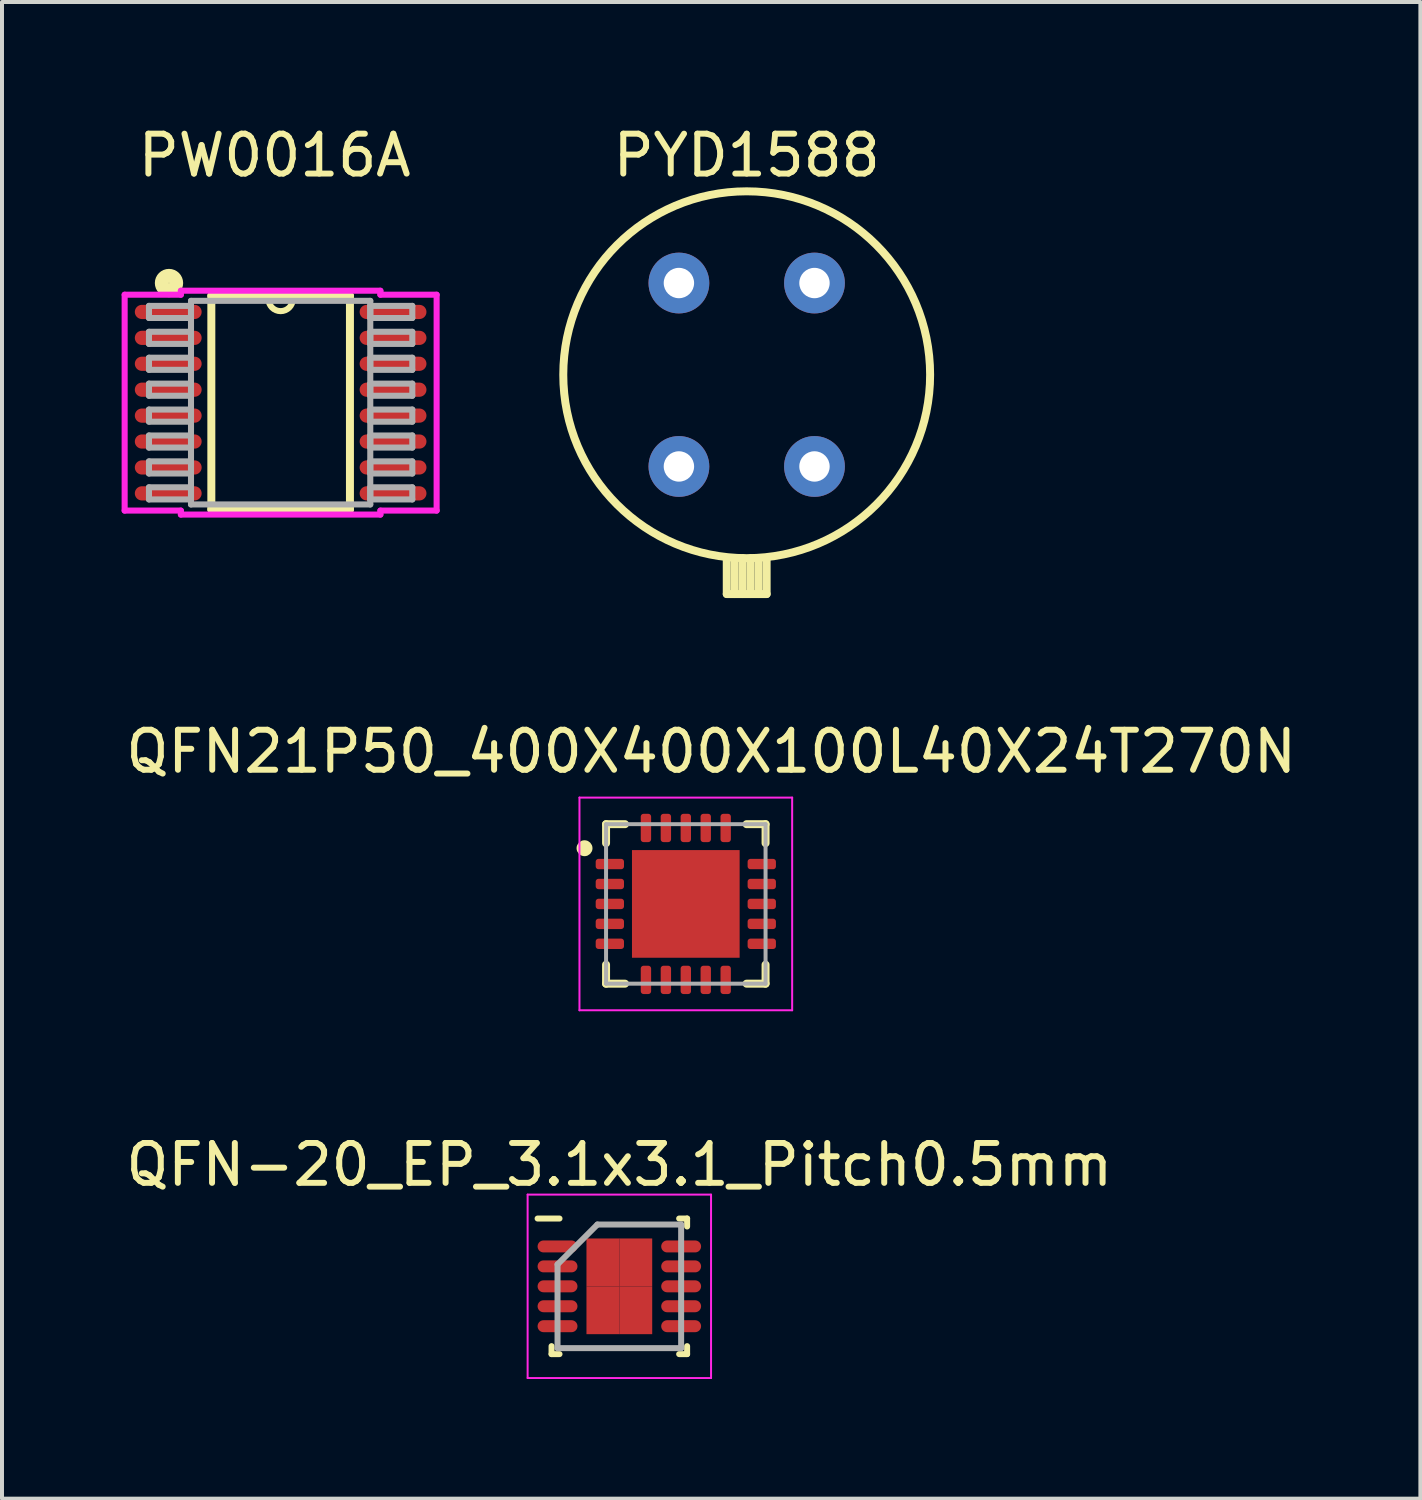
<source format=kicad_pcb>
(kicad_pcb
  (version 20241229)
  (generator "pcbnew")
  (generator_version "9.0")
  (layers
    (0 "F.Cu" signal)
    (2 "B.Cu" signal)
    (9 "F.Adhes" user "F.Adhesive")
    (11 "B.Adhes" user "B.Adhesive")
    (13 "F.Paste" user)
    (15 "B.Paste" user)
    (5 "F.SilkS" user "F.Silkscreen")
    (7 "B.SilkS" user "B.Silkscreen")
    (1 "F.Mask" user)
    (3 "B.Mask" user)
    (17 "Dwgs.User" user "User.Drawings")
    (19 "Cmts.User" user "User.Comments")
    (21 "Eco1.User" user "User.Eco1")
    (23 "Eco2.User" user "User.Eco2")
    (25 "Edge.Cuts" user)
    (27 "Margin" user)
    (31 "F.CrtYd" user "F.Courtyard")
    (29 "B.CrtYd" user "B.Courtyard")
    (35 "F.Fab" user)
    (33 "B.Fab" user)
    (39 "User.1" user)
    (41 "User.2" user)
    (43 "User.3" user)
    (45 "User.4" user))
  (footprint "PW0016A"
    (layer "F.Cu")
    (at 3.988 7.048)
    (property "Reference" "PW0016A" (at -0.15 -6.2 0) (layer "F.SilkS") (effects (font (size 1 1) (thickness 0.15))))
    (attr through_hole)
    (fp_line (start -1.738 -2.68) (end -1.738 2.68) (stroke (width 0.2) (type solid)) (layer "F.SilkS"))
    (fp_line (start -1.738 2.68) (end 1.738 2.68) (stroke (width 0.2) (type solid)) (layer "F.SilkS"))
    (fp_line (start 1.738 -2.68) (end -1.738 -2.68) (stroke (width 0.2) (type solid)) (layer "F.SilkS"))
    (fp_line (start 1.738 -2.68) (end 1.738 2.68) (stroke (width 0.2) (type solid)) (layer "F.SilkS"))
    (fp_arc (start 0.3048 -2.6) (mid 0 -2.2952) (end -0.3048 -2.6) (stroke (width 0.1524) (type solid)) (layer "F.SilkS"))
    (fp_circle (center -2.8 -3) (end -2.62 -3) (stroke (width 0.35) (type solid)) (fill no) (layer "F.SilkS"))
    (fp_line (start -3.912 -2.707) (end -2.502 -2.707) (stroke (width 0.152) (type solid)) (layer "F.CrtYd"))
    (fp_line (start -3.912 2.707) (end -3.912 -2.707) (stroke (width 0.152) (type solid)) (layer "F.CrtYd"))
    (fp_line (start -2.502 -2.807) (end 2.502 -2.807) (stroke (width 0.152) (type solid)) (layer "F.CrtYd"))
    (fp_line (start -2.502 -2.707) (end -2.502 -2.807) (stroke (width 0.152) (type solid)) (layer "F.CrtYd"))
    (fp_line (start -2.502 2.707) (end -3.912 2.707) (stroke (width 0.152) (type solid)) (layer "F.CrtYd"))
    (fp_line (start -2.502 2.807) (end -2.502 2.707) (stroke (width 0.152) (type solid)) (layer "F.CrtYd"))
    (fp_line (start 2.502 -2.807) (end 2.502 -2.707) (stroke (width 0.152) (type solid)) (layer "F.CrtYd"))
    (fp_line (start 2.502 -2.707) (end 3.912 -2.707) (stroke (width 0.152) (type solid)) (layer "F.CrtYd"))
    (fp_line (start 2.502 2.707) (end 2.502 2.807) (stroke (width 0.152) (type solid)) (layer "F.CrtYd"))
    (fp_line (start 2.502 2.807) (end -2.502 2.807) (stroke (width 0.152) (type solid)) (layer "F.CrtYd"))
    (fp_line (start 3.912 -2.707) (end 3.912 2.707) (stroke (width 0.152) (type solid)) (layer "F.CrtYd"))
    (fp_line (start 3.912 2.707) (end 2.502 2.707) (stroke (width 0.152) (type solid)) (layer "F.CrtYd"))
    (fp_line (start -3.302 -2.427) (end -3.302 -2.123) (stroke (width 0.152) (type solid)) (layer "F.Fab"))
    (fp_line (start -3.302 -2.123) (end -2.248 -2.123) (stroke (width 0.152) (type solid)) (layer "F.Fab"))
    (fp_line (start -3.302 -1.777) (end -3.302 -1.473) (stroke (width 0.152) (type solid)) (layer "F.Fab"))
    (fp_line (start -3.302 -1.473) (end -2.248 -1.473) (stroke (width 0.152) (type solid)) (layer "F.Fab"))
    (fp_line (start -3.302 -1.127) (end -3.302 -0.823) (stroke (width 0.152) (type solid)) (layer "F.Fab"))
    (fp_line (start -3.302 -0.823) (end -2.248 -0.823) (stroke (width 0.152) (type solid)) (layer "F.Fab"))
    (fp_line (start -3.302 -0.477) (end -3.302 -0.173) (stroke (width 0.152) (type solid)) (layer "F.Fab"))
    (fp_line (start -3.302 -0.173) (end -2.248 -0.173) (stroke (width 0.152) (type solid)) (layer "F.Fab"))
    (fp_line (start -3.302 0.173) (end -3.302 0.477) (stroke (width 0.152) (type solid)) (layer "F.Fab"))
    (fp_line (start -3.302 0.477) (end -2.248 0.477) (stroke (width 0.152) (type solid)) (layer "F.Fab"))
    (fp_line (start -3.302 0.823) (end -3.302 1.127) (stroke (width 0.152) (type solid)) (layer "F.Fab"))
    (fp_line (start -3.302 1.127) (end -2.248 1.127) (stroke (width 0.152) (type solid)) (layer "F.Fab"))
    (fp_line (start -3.302 1.473) (end -3.302 1.777) (stroke (width 0.152) (type solid)) (layer "F.Fab"))
    (fp_line (start -3.302 1.777) (end -2.248 1.777) (stroke (width 0.152) (type solid)) (layer "F.Fab"))
    (fp_line (start -3.302 2.123) (end -3.302 2.427) (stroke (width 0.152) (type solid)) (layer "F.Fab"))
    (fp_line (start -3.302 2.427) (end -2.248 2.427) (stroke (width 0.152) (type solid)) (layer "F.Fab"))
    (fp_line (start -2.248 -2.553) (end -2.248 2.553) (stroke (width 0.152) (type solid)) (layer "F.Fab"))
    (fp_line (start -2.248 -2.427) (end -3.302 -2.427) (stroke (width 0.152) (type solid)) (layer "F.Fab"))
    (fp_line (start -2.248 -2.123) (end -2.248 -2.427) (stroke (width 0.152) (type solid)) (layer "F.Fab"))
    (fp_line (start -2.248 -1.777) (end -3.302 -1.777) (stroke (width 0.152) (type solid)) (layer "F.Fab"))
    (fp_line (start -2.248 -1.473) (end -2.248 -1.777) (stroke (width 0.152) (type solid)) (layer "F.Fab"))
    (fp_line (start -2.248 -1.127) (end -3.302 -1.127) (stroke (width 0.152) (type solid)) (layer "F.Fab"))
    (fp_line (start -2.248 -0.823) (end -2.248 -1.127) (stroke (width 0.152) (type solid)) (layer "F.Fab"))
    (fp_line (start -2.248 -0.477) (end -3.302 -0.477) (stroke (width 0.152) (type solid)) (layer "F.Fab"))
    (fp_line (start -2.248 -0.173) (end -2.248 -0.477) (stroke (width 0.152) (type solid)) (layer "F.Fab"))
    (fp_line (start -2.248 0.173) (end -3.302 0.173) (stroke (width 0.152) (type solid)) (layer "F.Fab"))
    (fp_line (start -2.248 0.477) (end -2.248 0.173) (stroke (width 0.152) (type solid)) (layer "F.Fab"))
    (fp_line (start -2.248 0.823) (end -3.302 0.823) (stroke (width 0.152) (type solid)) (layer "F.Fab"))
    (fp_line (start -2.248 1.127) (end -2.248 0.823) (stroke (width 0.152) (type solid)) (layer "F.Fab"))
    (fp_line (start -2.248 1.473) (end -3.302 1.473) (stroke (width 0.152) (type solid)) (layer "F.Fab"))
    (fp_line (start -2.248 1.777) (end -2.248 1.473) (stroke (width 0.152) (type solid)) (layer "F.Fab"))
    (fp_line (start -2.248 2.123) (end -3.302 2.123) (stroke (width 0.152) (type solid)) (layer "F.Fab"))
    (fp_line (start -2.248 2.427) (end -2.248 2.123) (stroke (width 0.152) (type solid)) (layer "F.Fab"))
    (fp_line (start -2.248 2.553) (end 2.248 2.553) (stroke (width 0.152) (type solid)) (layer "F.Fab"))
    (fp_line (start 2.248 -2.553) (end -2.248 -2.553) (stroke (width 0.152) (type solid)) (layer "F.Fab"))
    (fp_line (start 2.248 -2.427) (end 2.248 -2.123) (stroke (width 0.152) (type solid)) (layer "F.Fab"))
    (fp_line (start 2.248 -2.123) (end 3.302 -2.123) (stroke (width 0.152) (type solid)) (layer "F.Fab"))
    (fp_line (start 2.248 -1.777) (end 2.248 -1.473) (stroke (width 0.152) (type solid)) (layer "F.Fab"))
    (fp_line (start 2.248 -1.473) (end 3.302 -1.473) (stroke (width 0.152) (type solid)) (layer "F.Fab"))
    (fp_line (start 2.248 -1.127) (end 2.248 -0.823) (stroke (width 0.152) (type solid)) (layer "F.Fab"))
    (fp_line (start 2.248 -0.823) (end 3.302 -0.823) (stroke (width 0.152) (type solid)) (layer "F.Fab"))
    (fp_line (start 2.248 -0.477) (end 2.248 -0.173) (stroke (width 0.152) (type solid)) (layer "F.Fab"))
    (fp_line (start 2.248 -0.173) (end 3.302 -0.173) (stroke (width 0.152) (type solid)) (layer "F.Fab"))
    (fp_line (start 2.248 0.173) (end 2.248 0.477) (stroke (width 0.152) (type solid)) (layer "F.Fab"))
    (fp_line (start 2.248 0.477) (end 3.302 0.477) (stroke (width 0.152) (type solid)) (layer "F.Fab"))
    (fp_line (start 2.248 0.823) (end 2.248 1.127) (stroke (width 0.152) (type solid)) (layer "F.Fab"))
    (fp_line (start 2.248 1.127) (end 3.302 1.127) (stroke (width 0.152) (type solid)) (layer "F.Fab"))
    (fp_line (start 2.248 1.473) (end 2.248 1.777) (stroke (width 0.152) (type solid)) (layer "F.Fab"))
    (fp_line (start 2.248 1.777) (end 3.302 1.777) (stroke (width 0.152) (type solid)) (layer "F.Fab"))
    (fp_line (start 2.248 2.123) (end 2.248 2.427) (stroke (width 0.152) (type solid)) (layer "F.Fab"))
    (fp_line (start 2.248 2.427) (end 3.302 2.427) (stroke (width 0.152) (type solid)) (layer "F.Fab"))
    (fp_line (start 2.248 2.553) (end 2.248 -2.553) (stroke (width 0.152) (type solid)) (layer "F.Fab"))
    (fp_line (start 3.302 -2.427) (end 2.248 -2.427) (stroke (width 0.152) (type solid)) (layer "F.Fab"))
    (fp_line (start 3.302 -2.123) (end 3.302 -2.427) (stroke (width 0.152) (type solid)) (layer "F.Fab"))
    (fp_line (start 3.302 -1.777) (end 2.248 -1.777) (stroke (width 0.152) (type solid)) (layer "F.Fab"))
    (fp_line (start 3.302 -1.473) (end 3.302 -1.777) (stroke (width 0.152) (type solid)) (layer "F.Fab"))
    (fp_line (start 3.302 -1.127) (end 2.248 -1.127) (stroke (width 0.152) (type solid)) (layer "F.Fab"))
    (fp_line (start 3.302 -0.823) (end 3.302 -1.127) (stroke (width 0.152) (type solid)) (layer "F.Fab"))
    (fp_line (start 3.302 -0.477) (end 2.248 -0.477) (stroke (width 0.152) (type solid)) (layer "F.Fab"))
    (fp_line (start 3.302 -0.173) (end 3.302 -0.477) (stroke (width 0.152) (type solid)) (layer "F.Fab"))
    (fp_line (start 3.302 0.173) (end 2.248 0.173) (stroke (width 0.152) (type solid)) (layer "F.Fab"))
    (fp_line (start 3.302 0.477) (end 3.302 0.173) (stroke (width 0.152) (type solid)) (layer "F.Fab"))
    (fp_line (start 3.302 0.823) (end 2.248 0.823) (stroke (width 0.152) (type solid)) (layer "F.Fab"))
    (fp_line (start 3.302 1.127) (end 3.302 0.823) (stroke (width 0.152) (type solid)) (layer "F.Fab"))
    (fp_line (start 3.302 1.473) (end 2.248 1.473) (stroke (width 0.152) (type solid)) (layer "F.Fab"))
    (fp_line (start 3.302 1.777) (end 3.302 1.473) (stroke (width 0.152) (type solid)) (layer "F.Fab"))
    (fp_line (start 3.302 2.123) (end 2.248 2.123) (stroke (width 0.152) (type solid)) (layer "F.Fab"))
    (fp_line (start 3.302 2.427) (end 3.302 2.123) (stroke (width 0.152) (type solid)) (layer "F.Fab"))
    (pad "1" smd oval (at -2.819 -2.275) (size 1.676 0.356) (layers "F.Cu" "F.Mask" "F.Paste"))
    (pad "2" smd oval (at -2.819 -1.625) (size 1.676 0.356) (layers "F.Cu" "F.Mask" "F.Paste"))
    (pad "3" smd oval (at -2.819 -0.975) (size 1.676 0.356) (layers "F.Cu" "F.Mask" "F.Paste"))
    (pad "4" smd oval (at -2.819 -0.325) (size 1.676 0.356) (layers "F.Cu" "F.Mask" "F.Paste"))
    (pad "5" smd oval (at -2.819 0.325) (size 1.676 0.356) (layers "F.Cu" "F.Mask" "F.Paste"))
    (pad "6" smd oval (at -2.819 0.975) (size 1.676 0.356) (layers "F.Cu" "F.Mask" "F.Paste"))
    (pad "7" smd oval (at -2.819 1.625) (size 1.676 0.356) (layers "F.Cu" "F.Mask" "F.Paste"))
    (pad "8" smd oval (at -2.819 2.275) (size 1.676 0.356) (layers "F.Cu" "F.Mask" "F.Paste"))
    (pad "9" smd oval (at 2.819 2.275) (size 1.676 0.356) (layers "F.Cu" "F.Mask" "F.Paste"))
    (pad "10" smd oval (at 2.819 1.625) (size 1.676 0.356) (layers "F.Cu" "F.Mask" "F.Paste"))
    (pad "11" smd oval (at 2.819 0.975) (size 1.676 0.356) (layers "F.Cu" "F.Mask" "F.Paste"))
    (pad "12" smd oval (at 2.819 0.325) (size 1.676 0.356) (layers "F.Cu" "F.Mask" "F.Paste"))
    (pad "13" smd oval (at 2.819 -0.325) (size 1.676 0.356) (layers "F.Cu" "F.Mask" "F.Paste"))
    (pad "14" smd oval (at 2.819 -0.975) (size 1.676 0.356) (layers "F.Cu" "F.Mask" "F.Paste"))
    (pad "15" smd oval (at 2.819 -1.625) (size 1.676 0.356) (layers "F.Cu" "F.Mask" "F.Paste"))
    (pad "16" smd oval (at 2.819 -2.275) (size 1.676 0.356) (layers "F.Cu" "F.Mask" "F.Paste")))
  (footprint "QFN21P50_400X400X100L40X24T270N"
    (layer "F.Cu")
    (at 14.149 19.619)
    (property "Reference" "QFN21P50_400X400X100L40X24T270N" (at 0.637 -3.821 0) (layer "F.SilkS") (effects (font (size 1.003 1.003) (thickness 0.15))))
    (attr smd)
    (fp_line (start -2 -2) (end -1.524 -2) (stroke (width 0.2) (type solid)) (layer "F.SilkS"))
    (fp_line (start -2 -1.524) (end -2 -2) (stroke (width 0.2) (type solid)) (layer "F.SilkS"))
    (fp_line (start -2 2) (end -2 1.524) (stroke (width 0.2) (type solid)) (layer "F.SilkS"))
    (fp_line (start -2 2) (end -1.524 2) (stroke (width 0.2) (type solid)) (layer "F.SilkS"))
    (fp_line (start 1.524 -2) (end 2 -2) (stroke (width 0.2) (type solid)) (layer "F.SilkS"))
    (fp_line (start 1.524 2) (end 2 2) (stroke (width 0.2) (type solid)) (layer "F.SilkS"))
    (fp_line (start 2 -1.524) (end 2 -2) (stroke (width 0.2) (type solid)) (layer "F.SilkS"))
    (fp_line (start 2 2) (end 2 1.524) (stroke (width 0.2) (type solid)) (layer "F.SilkS"))
    (fp_circle (center -2.54 -1.397) (end -2.44 -1.397) (stroke (width 0.2) (type solid)) (fill no) (layer "F.SilkS"))
    (fp_poly (pts (xy -1.092 0.13) (xy -0.13 0.13) (xy -0.13 1.092) (xy -1.092 1.092)) (stroke (width 0.01) (type solid)) (fill yes) (layer "F.Paste"))
    (fp_poly (pts (xy -1.091 -1.09) (xy -0.13 -1.09) (xy -0.13 -0.13) (xy -1.091 -0.13)) (stroke (width 0.01) (type solid)) (fill yes) (layer "F.Paste"))
    (fp_poly (pts (xy 0.13 0.13) (xy 1.09 0.13) (xy 1.09 1.093) (xy 0.13 1.093)) (stroke (width 0.01) (type solid)) (fill yes) (layer "F.Paste"))
    (fp_poly (pts (xy 0.13 -1.09) (xy 1.09 -1.09) (xy 1.09 -0.13) (xy 0.13 -0.13)) (stroke (width 0.01) (type solid)) (fill yes) (layer "F.Paste"))
    (fp_line (start -2.667 -2.667) (end -2.667 2.667) (stroke (width 0.05) (type solid)) (layer "F.CrtYd"))
    (fp_line (start -2.667 2.667) (end 2.667 2.667) (stroke (width 0.05) (type solid)) (layer "F.CrtYd"))
    (fp_line (start 2.667 -2.667) (end -2.667 -2.667) (stroke (width 0.05) (type solid)) (layer "F.CrtYd"))
    (fp_line (start 2.667 2.667) (end 2.667 -2.667) (stroke (width 0.05) (type solid)) (layer "F.CrtYd"))
    (fp_line (start -2 -2) (end -2 2) (stroke (width 0.1) (type solid)) (layer "F.Fab"))
    (fp_line (start -2 2) (end 2 2) (stroke (width 0.1) (type solid)) (layer "F.Fab"))
    (fp_line (start 2 -2) (end -2 -2) (stroke (width 0.1) (type solid)) (layer "F.Fab"))
    (fp_line (start 2 2) (end 2 -2) (stroke (width 0.1) (type solid)) (layer "F.Fab"))
    (pad "1" smd roundrect (at -1.905 -1) (size 0.71 0.26) (layers "F.Cu" "F.Mask" "F.Paste") (roundrect_rratio 0.27))
    (pad "2" smd roundrect (at -1.905 -0.5) (size 0.71 0.26) (layers "F.Cu" "F.Mask" "F.Paste") (roundrect_rratio 0.27))
    (pad "3" smd roundrect (at -1.905 0) (size 0.71 0.26) (layers "F.Cu" "F.Mask" "F.Paste") (roundrect_rratio 0.27))
    (pad "4" smd roundrect (at -1.905 0.5) (size 0.71 0.26) (layers "F.Cu" "F.Mask" "F.Paste") (roundrect_rratio 0.27))
    (pad "5" smd roundrect (at -1.905 1) (size 0.71 0.26) (layers "F.Cu" "F.Mask" "F.Paste") (roundrect_rratio 0.27))
    (pad "6" smd roundrect (at -1 1.905) (size 0.26 0.71) (layers "F.Cu" "F.Mask" "F.Paste") (roundrect_rratio 0.27))
    (pad "7" smd roundrect (at -0.5 1.905) (size 0.26 0.71) (layers "F.Cu" "F.Mask" "F.Paste") (roundrect_rratio 0.27))
    (pad "8" smd roundrect (at 0 1.905) (size 0.26 0.71) (layers "F.Cu" "F.Mask" "F.Paste") (roundrect_rratio 0.27))
    (pad "9" smd roundrect (at 0.5 1.905) (size 0.26 0.71) (layers "F.Cu" "F.Mask" "F.Paste") (roundrect_rratio 0.27))
    (pad "10" smd roundrect (at 1 1.905) (size 0.26 0.71) (layers "F.Cu" "F.Mask" "F.Paste") (roundrect_rratio 0.27))
    (pad "11" smd roundrect (at 1.905 1) (size 0.71 0.26) (layers "F.Cu" "F.Mask" "F.Paste") (roundrect_rratio 0.27))
    (pad "12" smd roundrect (at 1.905 0.5) (size 0.71 0.26) (layers "F.Cu" "F.Mask" "F.Paste") (roundrect_rratio 0.27))
    (pad "13" smd roundrect (at 1.905 0) (size 0.71 0.26) (layers "F.Cu" "F.Mask" "F.Paste") (roundrect_rratio 0.27))
    (pad "14" smd roundrect (at 1.905 -0.5) (size 0.71 0.26) (layers "F.Cu" "F.Mask" "F.Paste") (roundrect_rratio 0.27))
    (pad "15" smd roundrect (at 1.905 -1) (size 0.71 0.26) (layers "F.Cu" "F.Mask" "F.Paste") (roundrect_rratio 0.27))
    (pad "16" smd roundrect (at 1 -1.905) (size 0.26 0.71) (layers "F.Cu" "F.Mask" "F.Paste") (roundrect_rratio 0.27))
    (pad "17" smd roundrect (at 0.5 -1.905) (size 0.26 0.71) (layers "F.Cu" "F.Mask" "F.Paste") (roundrect_rratio 0.27))
    (pad "18" smd roundrect (at 0 -1.905) (size 0.26 0.71) (layers "F.Cu" "F.Mask" "F.Paste") (roundrect_rratio 0.27))
    (pad "19" smd roundrect (at -0.5 -1.905) (size 0.26 0.71) (layers "F.Cu" "F.Mask" "F.Paste") (roundrect_rratio 0.27))
    (pad "20" smd roundrect (at -1 -1.905) (size 0.26 0.71) (layers "F.Cu" "F.Mask" "F.Paste") (roundrect_rratio 0.27))
    (pad "21" smd rect (at 0 0) (size 2.7 2.7) (layers "F.Cu" "F.Mask")))
  (footprint "PYD1588"
    (layer "F.Cu")
    (at 15.676 6.348)
    (property "Reference" "PYD1588" (at 0 -5.5 0) (layer "F.SilkS") (effects (font (size 1 1) (thickness 0.15))))
    (attr through_hole)
    (fp_line (start -0.5 5.5) (end -0.5 4.6) (stroke (width 0.2) (type solid)) (layer "F.SilkS"))
    (fp_line (start -0.5 5.5) (end 0.5 5.5) (stroke (width 0.2) (type solid)) (layer "F.SilkS"))
    (fp_line (start -0.3 5.5) (end -0.3 4.6) (stroke (width 0.2) (type solid)) (layer "F.SilkS"))
    (fp_line (start -0.1 5.5) (end -0.1 4.6) (stroke (width 0.2) (type solid)) (layer "F.SilkS"))
    (fp_line (start 0.1 5.5) (end 0.1 4.6) (stroke (width 0.2) (type solid)) (layer "F.SilkS"))
    (fp_line (start 0.3 5.5) (end 0.3 4.6) (stroke (width 0.2) (type solid)) (layer "F.SilkS"))
    (fp_line (start 0.5 5.5) (end 0.5 4.6) (stroke (width 0.2) (type solid)) (layer "F.SilkS"))
    (fp_circle (center 0 0) (end 4.6 0) (stroke (width 0.2) (type solid)) (fill no) (layer "F.SilkS"))
    (pad "1" thru_hole circle (at -1.7 2.3) (size 1.524 1.524) (drill 0.762) (layers "*.Cu" "*.Mask"))
    (pad "2" thru_hole circle (at -1.7 -2.3) (size 1.524 1.524) (drill 0.762) (layers "*.Cu" "*.Mask"))
    (pad "3" thru_hole circle (at 1.7 2.3) (size 1.524 1.524) (drill 0.762) (layers "*.Cu" "*.Mask"))
    (pad "4" thru_hole circle (at 1.7 -2.3) (size 1.524 1.524) (drill 0.762) (layers "*.Cu" "*.Mask")))
  (footprint "QFN-20_EP_3.1x3.1_Pitch0.5mm"
    (layer "F.Cu")
    (at 12.482 29.209)
    (property "Reference" "QFN-20_EP_3.1x3.1_Pitch0.5mm" (at 0 -3.05 0) (layer "F.SilkS") (effects (font (size 1 1) (thickness 0.15))))
    (attr smd)
    (fp_line (start -1.7 1.7) (end -1.7 1.5) (stroke (width 0.15) (type solid)) (layer "F.SilkS"))
    (fp_line (start -1.5 -1.7) (end -2.05 -1.7) (stroke (width 0.15) (type solid)) (layer "F.SilkS"))
    (fp_line (start -1.5 1.7) (end -1.7 1.7) (stroke (width 0.15) (type solid)) (layer "F.SilkS"))
    (fp_line (start 1.5 -1.7) (end 1.7 -1.7) (stroke (width 0.15) (type solid)) (layer "F.SilkS"))
    (fp_line (start 1.5 1.7) (end 1.7 1.7) (stroke (width 0.15) (type solid)) (layer "F.SilkS"))
    (fp_line (start 1.7 -1.7) (end 1.7 -1.5) (stroke (width 0.15) (type solid)) (layer "F.SilkS"))
    (fp_line (start 1.7 1.7) (end 1.7 1.5) (stroke (width 0.15) (type solid)) (layer "F.SilkS"))
    (fp_line (start -2.3 -2.3) (end 2.3 -2.3) (stroke (width 0.05) (type solid)) (layer "F.CrtYd"))
    (fp_line (start -2.3 2.3) (end -2.3 -2.3) (stroke (width 0.05) (type solid)) (layer "F.CrtYd"))
    (fp_line (start 2.3 -2.3) (end 2.3 2.3) (stroke (width 0.05) (type solid)) (layer "F.CrtYd"))
    (fp_line (start 2.3 2.3) (end -2.3 2.3) (stroke (width 0.05) (type solid)) (layer "F.CrtYd"))
    (fp_line (start -1.55 -0.55) (end -1.55 1.55) (stroke (width 0.15) (type solid)) (layer "F.Fab"))
    (fp_line (start -1.55 1.55) (end 1.55 1.55) (stroke (width 0.15) (type solid)) (layer "F.Fab"))
    (fp_line (start -0.55 -1.55) (end -1.55 -0.55) (stroke (width 0.15) (type solid)) (layer "F.Fab"))
    (fp_line (start 1.55 -1.55) (end -0.55 -1.55) (stroke (width 0.15) (type solid)) (layer "F.Fab"))
    (fp_line (start 1.55 1.55) (end 1.55 -1.55) (stroke (width 0.15) (type solid)) (layer "F.Fab"))
    (pad "1" smd oval (at -1.55 -1 90) (size 0.3 1) (layers "F.Cu" "F.Mask" "F.Paste"))
    (pad "2" smd oval (at -1.55 -0.5 90) (size 0.3 1) (layers "F.Cu" "F.Mask" "F.Paste"))
    (pad "3" smd oval (at -1.55 0 90) (size 0.3 1) (layers "F.Cu" "F.Mask" "F.Paste"))
    (pad "4" smd oval (at -1.55 0.5 90) (size 0.3 1) (layers "F.Cu" "F.Mask" "F.Paste"))
    (pad "5" smd oval (at -1.55 1 90) (size 0.3 1) (layers "F.Cu" "F.Mask" "F.Paste"))
    (pad "6" smd oval (at 1.55 1 90) (size 0.3 1) (layers "F.Cu" "F.Mask" "F.Paste"))
    (pad "7" smd oval (at 1.55 0.5 90) (size 0.3 1) (layers "F.Cu" "F.Mask" "F.Paste"))
    (pad "8" smd oval (at 1.55 0 90) (size 0.3 1) (layers "F.Cu" "F.Mask" "F.Paste"))
    (pad "9" smd oval (at 1.55 -0.5 90) (size 0.3 1) (layers "F.Cu" "F.Mask" "F.Paste"))
    (pad "10" smd oval (at 1.55 -1 90) (size 0.3 1) (layers "F.Cu" "F.Mask" "F.Paste"))
    (pad "11" smd rect (at -0.412 -0.6) (size 0.825 1.2) (layers "F.Cu" "F.Mask" "F.Paste"))
    (pad "11" smd rect (at -0.412 0.6) (size 0.825 1.2) (layers "F.Cu" "F.Mask" "F.Paste"))
    (pad "11" smd rect (at 0.412 -0.6) (size 0.825 1.2) (layers "F.Cu" "F.Mask" "F.Paste"))
    (pad "11" smd rect (at 0.412 0.6) (size 0.825 1.2) (layers "F.Cu" "F.Mask" "F.Paste")))
  (gr_rect
    (start -3 -3)
    (end 32.571 34.534)
    (stroke (width 0.1) (type default))
    (fill no)
    (layer "Edge.Cuts")))
</source>
